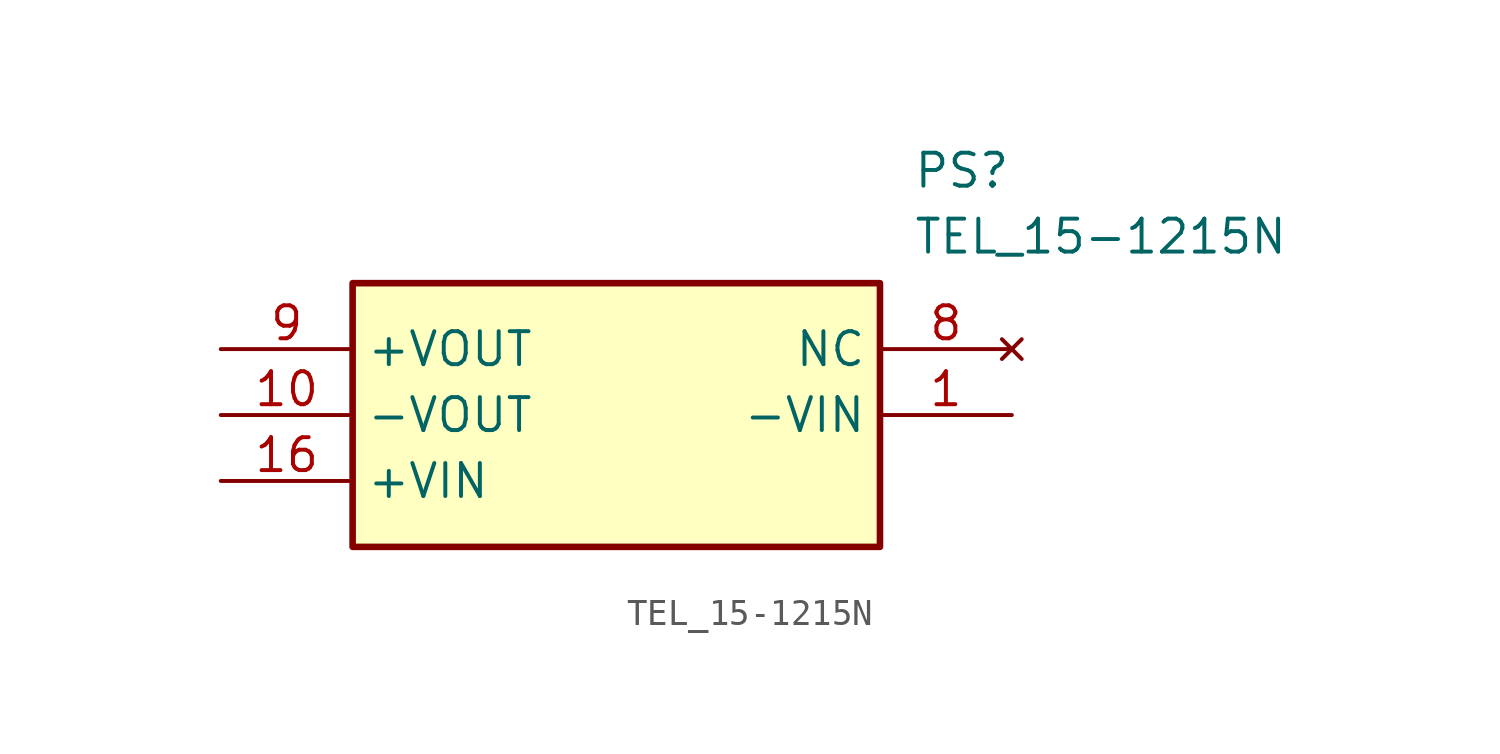
<source format=kicad_sym>
(kicad_symbol_lib
  (version 20211014)
  (generator SamacSys_ECAD_Model)
  (symbol "TEL_15-1215N"
    (property "Reference" "PS"
      (at 26.67 7.62 0)
      (effects (font (size 1.27 1.27)) (justify left top)))
    (property "Value" "TEL_15-1215N"
      (at 26.67 5.08 0)
      (effects (font (size 1.27 1.27)) (justify left top)))
    (rectangle
      (start 5.08 2.54)
      (end 25.4 -7.62)
      (stroke (width 0.254) (type default))
      (fill (type background)))
    (pin passive line
      (at 30.48 -2.54 180)
      (length 5.08)
      (name "-VIN" (effects (font (size 1.27 1.27))))
      (number "1" (effects (font (size 1.27 1.27)))))
    (pin no_connect line
      (at 30.48 0 180)
      (length 5.08)
      (name "NC" (effects (font (size 1.27 1.27))))
      (number "8" (effects (font (size 1.27 1.27)))))
    (pin passive line
      (at 0 0 0)
      (length 5.08)
      (name "+VOUT" (effects (font (size 1.27 1.27))))
      (number "9" (effects (font (size 1.27 1.27)))))
    (pin passive line
      (at 0 -2.54 0)
      (length 5.08)
      (name "-VOUT" (effects (font (size 1.27 1.27))))
      (number "10" (effects (font (size 1.27 1.27)))))
    (pin passive line
      (at 0 -5.08 0)
      (length 5.08)
      (name "+VIN" (effects (font (size 1.27 1.27))))
      (number "16" (effects (font (size 1.27 1.27)))))))
</source>
